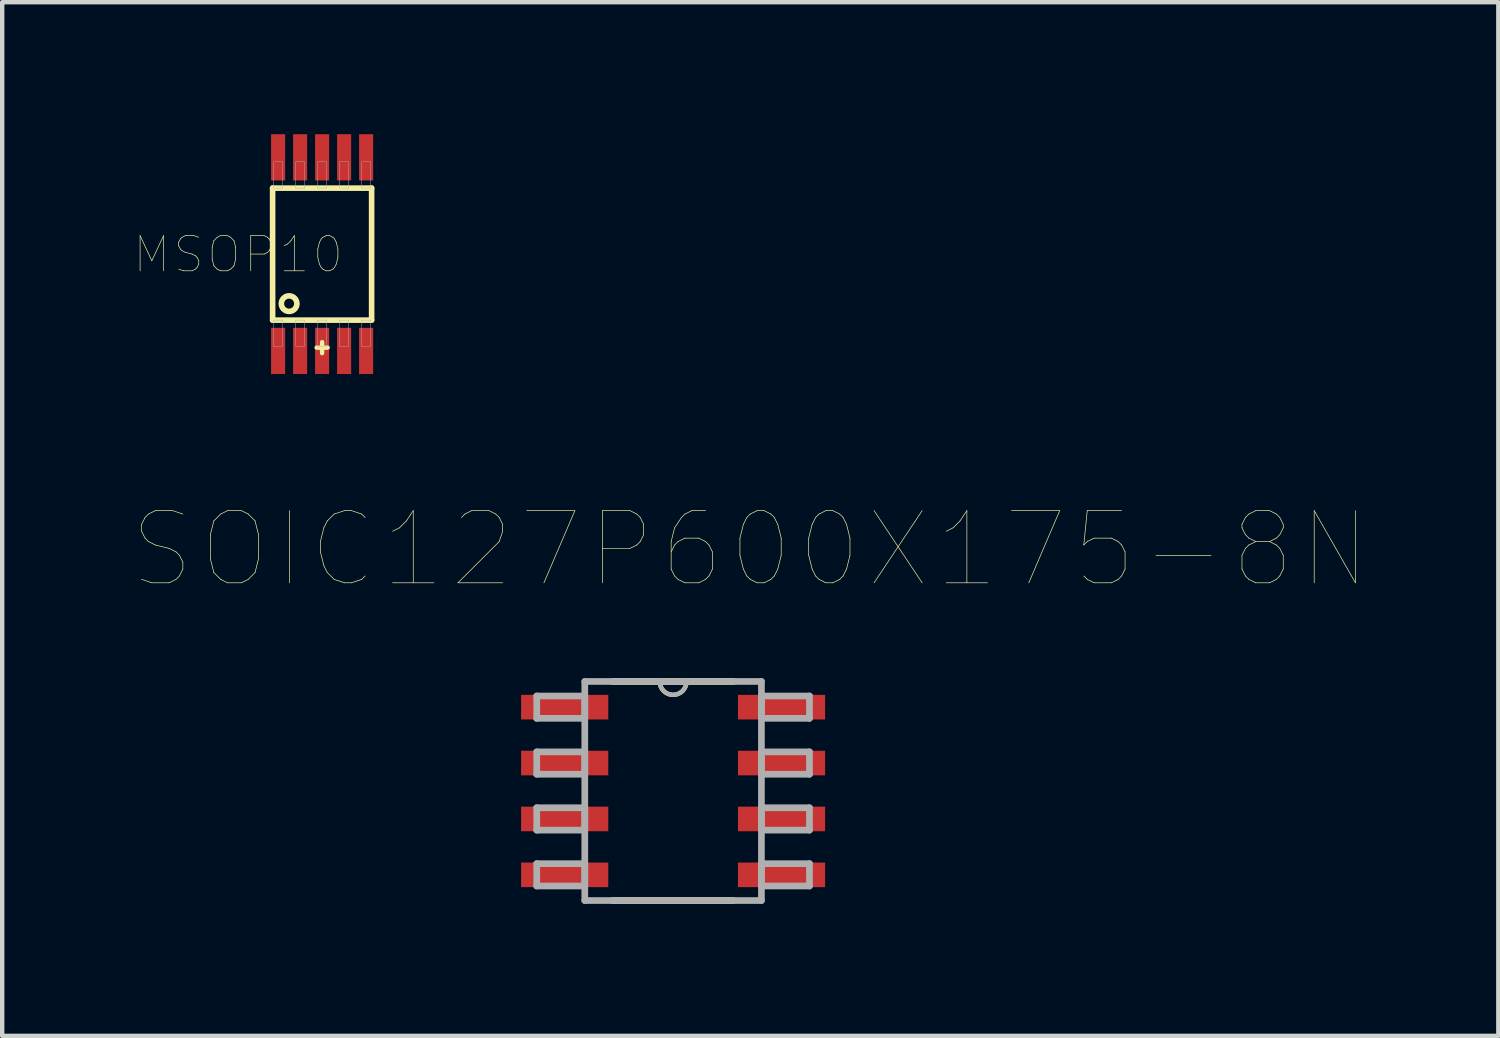
<source format=kicad_pcb>
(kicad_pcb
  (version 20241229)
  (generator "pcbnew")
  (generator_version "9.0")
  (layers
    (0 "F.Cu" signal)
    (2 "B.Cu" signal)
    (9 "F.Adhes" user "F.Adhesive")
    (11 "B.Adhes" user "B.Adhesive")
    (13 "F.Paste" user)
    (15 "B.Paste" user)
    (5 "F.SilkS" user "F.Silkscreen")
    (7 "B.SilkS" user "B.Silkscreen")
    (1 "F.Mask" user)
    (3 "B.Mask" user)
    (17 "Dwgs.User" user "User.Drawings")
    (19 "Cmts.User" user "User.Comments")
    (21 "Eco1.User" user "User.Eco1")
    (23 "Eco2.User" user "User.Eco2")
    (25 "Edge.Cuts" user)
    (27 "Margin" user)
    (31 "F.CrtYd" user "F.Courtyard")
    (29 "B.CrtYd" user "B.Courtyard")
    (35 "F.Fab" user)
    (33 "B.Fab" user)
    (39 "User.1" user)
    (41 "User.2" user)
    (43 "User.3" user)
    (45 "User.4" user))
  (footprint "SOIC127P600X175-8N"
    (layer "F.Cu")
    (at 12.246 14.925)
    (property "Reference" "SOIC127P600X175-8N" (at 1.753 -5.489 0) (layer "F.SilkS") (effects (font (size 1.641 1.641) (thickness 0.015))))
    (attr through_hole)
    (fp_line (start -1.372 2.489) (end 1.372 2.489) (stroke (width 0.152) (type solid)) (layer "F.SilkS"))
    (fp_line (start -0.305 -2.489) (end -1.372 -2.489) (stroke (width 0.152) (type solid)) (layer "F.SilkS"))
    (fp_line (start 0.305 -2.489) (end -0.305 -2.489) (stroke (width 0.152) (type solid)) (layer "F.SilkS"))
    (fp_line (start 1.372 -2.489) (end 0.305 -2.489) (stroke (width 0.152) (type solid)) (layer "F.SilkS"))
    (fp_arc (start 0.3048 -2.4892) (mid 0 -2.1844) (end -0.3048 -2.4892) (stroke (width 0.1) (type solid)) (layer "F.SilkS"))
    (fp_line (start -3.099 -2.159) (end -3.099 -1.651) (stroke (width 0.152) (type solid)) (layer "F.Fab"))
    (fp_line (start -3.099 -1.651) (end -2.007 -1.651) (stroke (width 0.152) (type solid)) (layer "F.Fab"))
    (fp_line (start -3.099 -0.889) (end -3.099 -0.381) (stroke (width 0.152) (type solid)) (layer "F.Fab"))
    (fp_line (start -3.099 -0.381) (end -2.007 -0.381) (stroke (width 0.152) (type solid)) (layer "F.Fab"))
    (fp_line (start -3.099 0.381) (end -3.099 0.889) (stroke (width 0.152) (type solid)) (layer "F.Fab"))
    (fp_line (start -3.099 0.889) (end -2.007 0.889) (stroke (width 0.152) (type solid)) (layer "F.Fab"))
    (fp_line (start -3.099 1.651) (end -3.099 2.159) (stroke (width 0.152) (type solid)) (layer "F.Fab"))
    (fp_line (start -3.099 2.159) (end -2.007 2.159) (stroke (width 0.152) (type solid)) (layer "F.Fab"))
    (fp_line (start -2.007 -2.489) (end -2.007 2.489) (stroke (width 0.152) (type solid)) (layer "F.Fab"))
    (fp_line (start -2.007 -2.159) (end -3.099 -2.159) (stroke (width 0.152) (type solid)) (layer "F.Fab"))
    (fp_line (start -2.007 -1.651) (end -2.007 -2.159) (stroke (width 0.152) (type solid)) (layer "F.Fab"))
    (fp_line (start -2.007 -0.889) (end -3.099 -0.889) (stroke (width 0.152) (type solid)) (layer "F.Fab"))
    (fp_line (start -2.007 -0.381) (end -2.007 -0.889) (stroke (width 0.152) (type solid)) (layer "F.Fab"))
    (fp_line (start -2.007 0.381) (end -3.099 0.381) (stroke (width 0.152) (type solid)) (layer "F.Fab"))
    (fp_line (start -2.007 0.889) (end -2.007 0.381) (stroke (width 0.152) (type solid)) (layer "F.Fab"))
    (fp_line (start -2.007 1.651) (end -3.099 1.651) (stroke (width 0.152) (type solid)) (layer "F.Fab"))
    (fp_line (start -2.007 2.159) (end -2.007 1.651) (stroke (width 0.152) (type solid)) (layer "F.Fab"))
    (fp_line (start -2.007 2.489) (end 2.007 2.489) (stroke (width 0.152) (type solid)) (layer "F.Fab"))
    (fp_line (start -0.305 -2.489) (end -2.007 -2.489) (stroke (width 0.152) (type solid)) (layer "F.Fab"))
    (fp_line (start 0.305 -2.489) (end -0.305 -2.489) (stroke (width 0.152) (type solid)) (layer "F.Fab"))
    (fp_line (start 2.007 -2.489) (end 0.305 -2.489) (stroke (width 0.152) (type solid)) (layer "F.Fab"))
    (fp_line (start 2.007 -2.159) (end 2.007 -1.651) (stroke (width 0.152) (type solid)) (layer "F.Fab"))
    (fp_line (start 2.007 -1.651) (end 3.099 -1.651) (stroke (width 0.152) (type solid)) (layer "F.Fab"))
    (fp_line (start 2.007 -0.889) (end 2.007 -0.381) (stroke (width 0.152) (type solid)) (layer "F.Fab"))
    (fp_line (start 2.007 -0.381) (end 3.099 -0.381) (stroke (width 0.152) (type solid)) (layer "F.Fab"))
    (fp_line (start 2.007 0.381) (end 2.007 0.889) (stroke (width 0.152) (type solid)) (layer "F.Fab"))
    (fp_line (start 2.007 0.889) (end 3.099 0.889) (stroke (width 0.152) (type solid)) (layer "F.Fab"))
    (fp_line (start 2.007 1.651) (end 2.007 2.159) (stroke (width 0.152) (type solid)) (layer "F.Fab"))
    (fp_line (start 2.007 2.159) (end 3.099 2.159) (stroke (width 0.152) (type solid)) (layer "F.Fab"))
    (fp_line (start 2.007 2.489) (end 2.007 -2.489) (stroke (width 0.152) (type solid)) (layer "F.Fab"))
    (fp_line (start 3.099 -2.159) (end 2.007 -2.159) (stroke (width 0.152) (type solid)) (layer "F.Fab"))
    (fp_line (start 3.099 -1.651) (end 3.099 -2.159) (stroke (width 0.152) (type solid)) (layer "F.Fab"))
    (fp_line (start 3.099 -0.889) (end 2.007 -0.889) (stroke (width 0.152) (type solid)) (layer "F.Fab"))
    (fp_line (start 3.099 -0.381) (end 3.099 -0.889) (stroke (width 0.152) (type solid)) (layer "F.Fab"))
    (fp_line (start 3.099 0.381) (end 2.007 0.381) (stroke (width 0.152) (type solid)) (layer "F.Fab"))
    (fp_line (start 3.099 0.889) (end 3.099 0.381) (stroke (width 0.152) (type solid)) (layer "F.Fab"))
    (fp_line (start 3.099 1.651) (end 2.007 1.651) (stroke (width 0.152) (type solid)) (layer "F.Fab"))
    (fp_line (start 3.099 2.159) (end 3.099 1.651) (stroke (width 0.152) (type solid)) (layer "F.Fab"))
    (fp_arc (start 0.3048 -2.4892) (mid 0 -2.1844) (end -0.3048 -2.4892) (stroke (width 0.1) (type solid)) (layer "F.Fab"))
    (pad "1" smd rect (at -2.464 -1.905) (size 1.981 0.559) (layers "F.Cu" "F.Mask" "F.Paste"))
    (pad "2" smd rect (at -2.464 -0.635) (size 1.981 0.559) (layers "F.Cu" "F.Mask" "F.Paste"))
    (pad "3" smd rect (at -2.464 0.635) (size 1.981 0.559) (layers "F.Cu" "F.Mask" "F.Paste"))
    (pad "4" smd rect (at -2.464 1.905) (size 1.981 0.559) (layers "F.Cu" "F.Mask" "F.Paste"))
    (pad "5" smd rect (at 2.464 1.905) (size 1.981 0.559) (layers "F.Cu" "F.Mask" "F.Paste"))
    (pad "6" smd rect (at 2.464 0.635) (size 1.981 0.559) (layers "F.Cu" "F.Mask" "F.Paste"))
    (pad "7" smd rect (at 2.464 -0.635) (size 1.981 0.559) (layers "F.Cu" "F.Mask" "F.Paste"))
    (pad "8" smd rect (at 2.464 -1.905) (size 1.981 0.559) (layers "F.Cu" "F.Mask" "F.Paste")))
  (footprint "MSOP10"
    (layer "F.Cu")
    (at 4.27 2.725)
    (property "Reference" "MSOP10" (at -1.908 0.01 180) (layer "F.SilkS") (effects (font (size 0.8 0.8) (thickness 0.015))))
    (attr through_hole)
    (fp_line (start -1.125 -1.5) (end 1.125 -1.5) (stroke (width 0.127) (type solid)) (layer "F.SilkS"))
    (fp_line (start -1.125 1.5) (end -1.125 -1.5) (stroke (width 0.127) (type solid)) (layer "F.SilkS"))
    (fp_line (start -0.125 2.125) (end 0.125 2.125) (stroke (width 0.1) (type solid)) (layer "F.SilkS"))
    (fp_line (start 0 2) (end 0 2.25) (stroke (width 0.1) (type solid)) (layer "F.SilkS"))
    (fp_line (start 1.125 -1.5) (end 1.125 1.5) (stroke (width 0.127) (type solid)) (layer "F.SilkS"))
    (fp_line (start 1.125 1.5) (end -1.125 1.5) (stroke (width 0.127) (type solid)) (layer "F.SilkS"))
    (fp_circle (center -0.75 1.125) (end -0.573 1.125) (stroke (width 0.127) (type solid)) (fill no) (layer "F.SilkS"))
    (fp_poly (pts (xy -1.1 -2.1) (xy -0.9 -2.1) (xy -0.9 -1.5) (xy -1.1 -1.5)) (stroke (width 0.01) (type solid)) (fill no) (layer "F.Fab"))
    (fp_poly (pts (xy -1.1 1.5) (xy -0.9 1.5) (xy -0.9 2.1) (xy -1.1 2.1)) (stroke (width 0.01) (type solid)) (fill no) (layer "F.Fab"))
    (fp_poly (pts (xy -0.6 -2.1) (xy -0.4 -2.1) (xy -0.4 -1.5) (xy -0.6 -1.5)) (stroke (width 0.01) (type solid)) (fill no) (layer "F.Fab"))
    (fp_poly (pts (xy -0.6 1.5) (xy -0.4 1.5) (xy -0.4 2.1) (xy -0.6 2.1)) (stroke (width 0.01) (type solid)) (fill no) (layer "F.Fab"))
    (fp_poly (pts (xy -0.1 -2.1) (xy 0.1 -2.1) (xy 0.1 -1.5) (xy -0.1 -1.5)) (stroke (width 0.01) (type solid)) (fill no) (layer "F.Fab"))
    (fp_poly (pts (xy -0.1 1.5) (xy 0.1 1.5) (xy 0.1 2.1) (xy -0.1 2.1)) (stroke (width 0.01) (type solid)) (fill no) (layer "F.Fab"))
    (fp_poly (pts (xy 0.4 -2.1) (xy 0.6 -2.1) (xy 0.6 -1.5) (xy 0.4 -1.5)) (stroke (width 0.01) (type solid)) (fill no) (layer "F.Fab"))
    (fp_poly (pts (xy 0.4 1.5) (xy 0.6 1.5) (xy 0.6 2.1) (xy 0.4 2.1)) (stroke (width 0.01) (type solid)) (fill no) (layer "F.Fab"))
    (fp_poly (pts (xy 0.9 -2.1) (xy 1.1 -2.1) (xy 1.1 -1.5) (xy 0.9 -1.5)) (stroke (width 0.01) (type solid)) (fill no) (layer "F.Fab"))
    (fp_poly (pts (xy 0.9 1.5) (xy 1.1 1.5) (xy 1.1 2.1) (xy 0.9 2.1)) (stroke (width 0.01) (type solid)) (fill no) (layer "F.Fab"))
    (pad "1" smd rect (at -1 2.2) (size 0.32 1.05) (layers "F.Cu" "F.Mask" "F.Paste"))
    (pad "2" smd rect (at -0.5 2.2) (size 0.32 1.05) (layers "F.Cu" "F.Mask" "F.Paste"))
    (pad "3" smd rect (at 0 2.2) (size 0.32 1.05) (layers "F.Cu" "F.Mask" "F.Paste"))
    (pad "4" smd rect (at 0.5 2.2) (size 0.32 1.05) (layers "F.Cu" "F.Mask" "F.Paste"))
    (pad "5" smd rect (at 1 2.2) (size 0.32 1.05) (layers "F.Cu" "F.Mask" "F.Paste"))
    (pad "6" smd rect (at 1 -2.2) (size 0.32 1.05) (layers "F.Cu" "F.Mask" "F.Paste"))
    (pad "7" smd rect (at 0.5 -2.2) (size 0.32 1.05) (layers "F.Cu" "F.Mask" "F.Paste"))
    (pad "8" smd rect (at 0 -2.2) (size 0.32 1.05) (layers "F.Cu" "F.Mask" "F.Paste"))
    (pad "9" smd rect (at -0.5 -2.2) (size 0.32 1.05) (layers "F.Cu" "F.Mask" "F.Paste"))
    (pad "10" smd rect (at -1 -2.2) (size 0.32 1.05) (layers "F.Cu" "F.Mask" "F.Paste")))
  (gr_rect
    (start -3 -3)
    (end 30.999 20.49)
    (stroke (width 0.1) (type default))
    (fill no)
    (layer "Edge.Cuts")))
</source>
